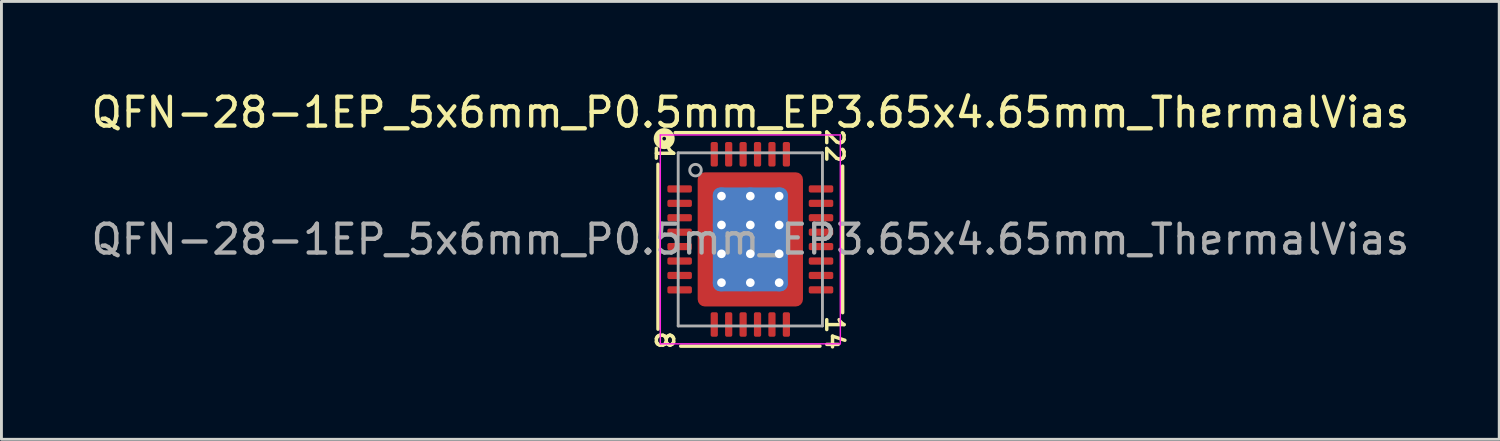
<source format=kicad_pcb>
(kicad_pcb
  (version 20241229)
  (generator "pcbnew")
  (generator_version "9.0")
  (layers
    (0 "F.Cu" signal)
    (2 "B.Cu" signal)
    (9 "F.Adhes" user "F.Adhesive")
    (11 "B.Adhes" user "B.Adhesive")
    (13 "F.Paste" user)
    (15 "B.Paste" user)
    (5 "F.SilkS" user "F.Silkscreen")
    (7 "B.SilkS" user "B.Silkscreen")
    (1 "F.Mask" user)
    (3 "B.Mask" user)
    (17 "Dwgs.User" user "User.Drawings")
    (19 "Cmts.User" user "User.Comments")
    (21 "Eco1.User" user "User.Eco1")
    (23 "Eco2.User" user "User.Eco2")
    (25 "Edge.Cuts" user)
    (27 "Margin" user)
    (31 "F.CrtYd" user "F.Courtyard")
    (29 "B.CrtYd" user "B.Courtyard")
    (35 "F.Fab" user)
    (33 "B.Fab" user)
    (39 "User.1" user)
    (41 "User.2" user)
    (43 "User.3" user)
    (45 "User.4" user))
  (footprint "QFN-28-1EP_5x6mm_P0.5mm_EP3.65x4.65mm_ThermalVias"
    (layer "F.Cu")
    (at 22.958 5.248)
    (property "Reference" "QFN-28-1EP_5x6mm_P0.5mm_EP3.65x4.65mm_ThermalVias" (at 0 -4.4 0) (layer "F.SilkS") (effects (font (size 1 1) (thickness 0.15))))
    (attr smd)
    (fp_line (start -3.2 -2.603) (end -3.2 3.111) (stroke (width 0.12) (type solid)) (layer "F.SilkS"))
    (fp_line (start -2.413 3.7) (end 2.413 3.7) (stroke (width 0.12) (type solid)) (layer "F.SilkS"))
    (fp_line (start 2.413 -3.7) (end -2.603 -3.7) (stroke (width 0.12) (type solid)) (layer "F.SilkS"))
    (fp_line (start 3.2 2.54) (end 3.2 -2.54) (stroke (width 0.12) (type solid)) (layer "F.SilkS"))
    (fp_circle (center -2.985 -3.493) (end -2.921 -3.493) (stroke (width 0.3) (type solid)) (fill no) (layer "F.SilkS"))
    (fp_line (start -3.12 -3.62) (end -3.12 3.62) (stroke (width 0.05) (type solid)) (layer "F.CrtYd"))
    (fp_line (start -3.12 3.62) (end 3.12 3.62) (stroke (width 0.05) (type solid)) (layer "F.CrtYd"))
    (fp_line (start 3.12 -3.62) (end -3.12 -3.62) (stroke (width 0.05) (type solid)) (layer "F.CrtYd"))
    (fp_line (start 3.12 3.62) (end 3.12 -3.62) (stroke (width 0.05) (type solid)) (layer "F.CrtYd"))
    (fp_line (start -2.5 -3) (end 2.5 -3) (stroke (width 0.1) (type solid)) (layer "F.Fab"))
    (fp_line (start -2.5 3) (end -2.5 -3) (stroke (width 0.1) (type solid)) (layer "F.Fab"))
    (fp_line (start 2.5 -3) (end 2.5 3) (stroke (width 0.1) (type solid)) (layer "F.Fab"))
    (fp_line (start 2.5 3) (end -2.5 3) (stroke (width 0.1) (type solid)) (layer "F.Fab"))
    (fp_circle (center -1.9 -2.4) (end -1.7 -2.4) (stroke (width 0.1) (type solid)) (fill no) (layer "F.Fab"))
    (fp_text user "22" (at 2.921 -3.239 270) (unlocked yes) (layer "F.SilkS") (effects (font (size 0.6 0.6) (thickness 0.12))))
    (fp_text user "1" (at -2.985 -2.985 270) (unlocked yes) (layer "F.SilkS") (effects (font (size 0.6 0.6) (thickness 0.12))))
    (fp_text user "8" (at -2.985 3.493 270) (unlocked yes) (layer "F.SilkS") (effects (font (size 0.6 0.6) (thickness 0.12))))
    (fp_text user "14" (at 2.921 3.239 270) (unlocked yes) (layer "F.SilkS") (effects (font (size 0.6 0.6) (thickness 0.12))))
    (fp_text user "${REFERENCE}" (at 0 0 0) (layer "F.Fab") (effects (font (size 1 1) (thickness 0.15))))
    (pad "" smd custom (at -1.413 -1.913) (size 0.578 0.578) (layers "F.Paste") (options (anchor circle)) (primitives (gr_poly (pts (xy 0.246 0.174) (xy 0.174 0.246) (xy -0.246 0.246) (xy -0.246 -0.246) (xy 0.246 -0.246)) (width 0.174) (fill yes))))
    (pad "" smd custom (at -1.413 -1) (size 0.59 0.59) (layers "F.Paste") (options (anchor circle)) (primitives (gr_poly (pts (xy 0.258 -0.266) (xy 0.258 0.266) (xy 0.195 0.328) (xy -0.258 0.328) (xy -0.258 -0.328) (xy 0.195 -0.328)) (width 0.15) (fill yes))))
    (pad "" smd custom (at -1.413 0) (size 0.59 0.59) (layers "F.Paste") (options (anchor circle)) (primitives (gr_poly (pts (xy 0.258 -0.266) (xy 0.258 0.266) (xy 0.195 0.328) (xy -0.258 0.328) (xy -0.258 -0.328) (xy 0.195 -0.328)) (width 0.15) (fill yes))))
    (pad "" smd custom (at -1.413 1) (size 0.59 0.59) (layers "F.Paste") (options (anchor circle)) (primitives (gr_poly (pts (xy 0.258 -0.266) (xy 0.258 0.266) (xy 0.195 0.328) (xy -0.258 0.328) (xy -0.258 -0.328) (xy 0.195 -0.328)) (width 0.15) (fill yes))))
    (pad "" smd custom (at -1.413 1.913) (size 0.578 0.578) (layers "F.Paste") (options (anchor circle)) (primitives (gr_poly (pts (xy 0.246 -0.174) (xy 0.246 0.246) (xy -0.246 0.246) (xy -0.246 -0.246) (xy 0.174 -0.246)) (width 0.174) (fill yes))))
    (pad "" smd custom (at -0.5 -1.913) (size 0.59 0.59) (layers "F.Paste") (options (anchor circle)) (primitives (gr_poly (pts (xy 0.328 0.195) (xy 0.266 0.258) (xy -0.266 0.258) (xy -0.328 0.195) (xy -0.328 -0.258) (xy 0.328 -0.258)) (width 0.15) (fill yes))))
    (pad "" smd roundrect (at -0.5 -1) (size 0.806 0.806) (layers "F.Paste") (roundrect_rratio 0.25))
    (pad "" smd roundrect (at -0.5 0) (size 0.806 0.806) (layers "F.Paste") (roundrect_rratio 0.25))
    (pad "" smd roundrect (at -0.5 1) (size 0.806 0.806) (layers "F.Paste") (roundrect_rratio 0.25))
    (pad "" smd custom (at -0.5 1.913) (size 0.59 0.59) (layers "F.Paste") (options (anchor circle)) (primitives (gr_poly (pts (xy 0.328 -0.195) (xy 0.328 0.258) (xy -0.328 0.258) (xy -0.328 -0.195) (xy -0.266 -0.258) (xy 0.266 -0.258)) (width 0.15) (fill yes))))
    (pad "" smd custom (at 0.5 -1.913) (size 0.59 0.59) (layers "F.Paste") (options (anchor circle)) (primitives (gr_poly (pts (xy 0.328 0.195) (xy 0.266 0.258) (xy -0.266 0.258) (xy -0.328 0.195) (xy -0.328 -0.258) (xy 0.328 -0.258)) (width 0.15) (fill yes))))
    (pad "" smd roundrect (at 0.5 -1) (size 0.806 0.806) (layers "F.Paste") (roundrect_rratio 0.25))
    (pad "" smd roundrect (at 0.5 0) (size 0.806 0.806) (layers "F.Paste") (roundrect_rratio 0.25))
    (pad "" smd roundrect (at 0.5 1) (size 0.806 0.806) (layers "F.Paste") (roundrect_rratio 0.25))
    (pad "" smd custom (at 0.5 1.913) (size 0.59 0.59) (layers "F.Paste") (options (anchor circle)) (primitives (gr_poly (pts (xy 0.328 -0.195) (xy 0.328 0.258) (xy -0.328 0.258) (xy -0.328 -0.195) (xy -0.266 -0.258) (xy 0.266 -0.258)) (width 0.15) (fill yes))))
    (pad "" smd custom (at 1.413 -1.913) (size 0.578 0.578) (layers "F.Paste") (options (anchor circle)) (primitives (gr_poly (pts (xy 0.246 0.246) (xy -0.174 0.246) (xy -0.246 0.174) (xy -0.246 -0.246) (xy 0.246 -0.246)) (width 0.174) (fill yes))))
    (pad "" smd custom (at 1.413 -1) (size 0.59 0.59) (layers "F.Paste") (options (anchor circle)) (primitives (gr_poly (pts (xy 0.258 0.328) (xy -0.195 0.328) (xy -0.258 0.266) (xy -0.258 -0.266) (xy -0.195 -0.328) (xy 0.258 -0.328)) (width 0.15) (fill yes))))
    (pad "" smd custom (at 1.413 0) (size 0.59 0.59) (layers "F.Paste") (options (anchor circle)) (primitives (gr_poly (pts (xy 0.258 0.328) (xy -0.195 0.328) (xy -0.258 0.266) (xy -0.258 -0.266) (xy -0.195 -0.328) (xy 0.258 -0.328)) (width 0.15) (fill yes))))
    (pad "" smd custom (at 1.413 1) (size 0.59 0.59) (layers "F.Paste") (options (anchor circle)) (primitives (gr_poly (pts (xy 0.258 0.328) (xy -0.195 0.328) (xy -0.258 0.266) (xy -0.258 -0.266) (xy -0.195 -0.328) (xy 0.258 -0.328)) (width 0.15) (fill yes))))
    (pad "" smd custom (at 1.413 1.913) (size 0.578 0.578) (layers "F.Paste") (options (anchor circle)) (primitives (gr_poly (pts (xy 0.246 0.246) (xy -0.246 0.246) (xy -0.246 -0.174) (xy -0.174 -0.246) (xy 0.246 -0.246)) (width 0.174) (fill yes))))
    (pad "1" smd roundrect (at -2.45 -1.75) (size 0.85 0.25) (layers "F.Cu" "F.Mask" "F.Paste") (roundrect_rratio 0.25))
    (pad "2" smd roundrect (at -2.45 -1.25) (size 0.85 0.25) (layers "F.Cu" "F.Mask" "F.Paste") (roundrect_rratio 0.25))
    (pad "3" smd roundrect (at -2.45 -0.75) (size 0.85 0.25) (layers "F.Cu" "F.Mask" "F.Paste") (roundrect_rratio 0.25))
    (pad "4" smd roundrect (at -2.45 -0.25) (size 0.85 0.25) (layers "F.Cu" "F.Mask" "F.Paste") (roundrect_rratio 0.25))
    (pad "5" smd roundrect (at -2.45 0.25) (size 0.85 0.25) (layers "F.Cu" "F.Mask" "F.Paste") (roundrect_rratio 0.25))
    (pad "6" smd roundrect (at -2.45 0.75) (size 0.85 0.25) (layers "F.Cu" "F.Mask" "F.Paste") (roundrect_rratio 0.25))
    (pad "7" smd roundrect (at -2.45 1.25) (size 0.85 0.25) (layers "F.Cu" "F.Mask" "F.Paste") (roundrect_rratio 0.25))
    (pad "8" smd roundrect (at -2.45 1.75) (size 0.85 0.25) (layers "F.Cu" "F.Mask" "F.Paste") (roundrect_rratio 0.25))
    (pad "9" smd roundrect (at -1.25 2.95) (size 0.25 0.85) (layers "F.Cu" "F.Mask" "F.Paste") (roundrect_rratio 0.25))
    (pad "10" smd roundrect (at -0.75 2.95) (size 0.25 0.85) (layers "F.Cu" "F.Mask" "F.Paste") (roundrect_rratio 0.25))
    (pad "11" smd roundrect (at -0.25 2.95) (size 0.25 0.85) (layers "F.Cu" "F.Mask" "F.Paste") (roundrect_rratio 0.25))
    (pad "12" smd roundrect (at 0.25 2.95) (size 0.25 0.85) (layers "F.Cu" "F.Mask" "F.Paste") (roundrect_rratio 0.25))
    (pad "13" smd roundrect (at 0.75 2.95) (size 0.25 0.85) (layers "F.Cu" "F.Mask" "F.Paste") (roundrect_rratio 0.25))
    (pad "14" smd roundrect (at 1.25 2.95) (size 0.25 0.85) (layers "F.Cu" "F.Mask" "F.Paste") (roundrect_rratio 0.25))
    (pad "15" smd roundrect (at 2.45 1.75) (size 0.85 0.25) (layers "F.Cu" "F.Mask" "F.Paste") (roundrect_rratio 0.25))
    (pad "16" smd roundrect (at 2.45 1.25) (size 0.85 0.25) (layers "F.Cu" "F.Mask" "F.Paste") (roundrect_rratio 0.25))
    (pad "17" smd roundrect (at 2.45 0.75) (size 0.85 0.25) (layers "F.Cu" "F.Mask" "F.Paste") (roundrect_rratio 0.25))
    (pad "18" smd roundrect (at 2.45 0.25) (size 0.85 0.25) (layers "F.Cu" "F.Mask" "F.Paste") (roundrect_rratio 0.25))
    (pad "19" smd roundrect (at 2.45 -0.25) (size 0.85 0.25) (layers "F.Cu" "F.Mask" "F.Paste") (roundrect_rratio 0.25))
    (pad "20" smd roundrect (at 2.45 -0.75) (size 0.85 0.25) (layers "F.Cu" "F.Mask" "F.Paste") (roundrect_rratio 0.25))
    (pad "21" smd roundrect (at 2.45 -1.25) (size 0.85 0.25) (layers "F.Cu" "F.Mask" "F.Paste") (roundrect_rratio 0.25))
    (pad "22" smd roundrect (at 2.45 -1.75) (size 0.85 0.25) (layers "F.Cu" "F.Mask" "F.Paste") (roundrect_rratio 0.25))
    (pad "23" smd roundrect (at 1.25 -2.95) (size 0.25 0.85) (layers "F.Cu" "F.Mask" "F.Paste") (roundrect_rratio 0.25))
    (pad "24" smd roundrect (at 0.75 -2.95) (size 0.25 0.85) (layers "F.Cu" "F.Mask" "F.Paste") (roundrect_rratio 0.25))
    (pad "25" smd roundrect (at 0.25 -2.95) (size 0.25 0.85) (layers "F.Cu" "F.Mask" "F.Paste") (roundrect_rratio 0.25))
    (pad "26" smd roundrect (at -0.25 -2.95) (size 0.25 0.85) (layers "F.Cu" "F.Mask" "F.Paste") (roundrect_rratio 0.25))
    (pad "27" smd roundrect (at -0.75 -2.95) (size 0.25 0.85) (layers "F.Cu" "F.Mask" "F.Paste") (roundrect_rratio 0.25))
    (pad "28" smd roundrect (at -1.25 -2.95) (size 0.25 0.85) (layers "F.Cu" "F.Mask" "F.Paste") (roundrect_rratio 0.25))
    (pad "29" thru_hole circle (at -1 -1.5) (size 0.6 0.6) (drill 0.3) (property pad_prop_heatsink) (layers "*.Cu"))
    (pad "29" thru_hole circle (at -1 -0.5) (size 0.6 0.6) (drill 0.3) (property pad_prop_heatsink) (layers "*.Cu"))
    (pad "29" thru_hole circle (at -1 0.5) (size 0.6 0.6) (drill 0.3) (property pad_prop_heatsink) (layers "*.Cu"))
    (pad "29" thru_hole circle (at -1 1.5) (size 0.6 0.6) (drill 0.3) (property pad_prop_heatsink) (layers "*.Cu"))
    (pad "29" thru_hole circle (at 0 -1.5) (size 0.6 0.6) (drill 0.3) (property pad_prop_heatsink) (layers "*.Cu"))
    (pad "29" thru_hole circle (at 0 -0.5) (size 0.6 0.6) (drill 0.3) (property pad_prop_heatsink) (layers "*.Cu"))
    (pad "29" smd roundrect (at 0 0) (size 2.6 3.6) (layers "B.Cu" "B.Mask") (roundrect_rratio 0.096))
    (pad "29" smd roundrect (at 0 0) (size 3.65 4.65) (layers "F.Cu" "F.Mask") (roundrect_rratio 0.068))
    (pad "29" thru_hole circle (at 0 0.5) (size 0.6 0.6) (drill 0.3) (property pad_prop_heatsink) (layers "*.Cu"))
    (pad "29" thru_hole circle (at 0 1.5) (size 0.6 0.6) (drill 0.3) (property pad_prop_heatsink) (layers "*.Cu"))
    (pad "29" thru_hole circle (at 1 -1.5) (size 0.6 0.6) (drill 0.3) (property pad_prop_heatsink) (layers "*.Cu"))
    (pad "29" thru_hole circle (at 1 -0.5) (size 0.6 0.6) (drill 0.3) (property pad_prop_heatsink) (layers "*.Cu"))
    (pad "29" thru_hole circle (at 1 0.5) (size 0.6 0.6) (drill 0.3) (property pad_prop_heatsink) (layers "*.Cu"))
    (pad "29" thru_hole circle (at 1 1.5) (size 0.6 0.6) (drill 0.3) (property pad_prop_heatsink) (layers "*.Cu")))
  (gr_rect
    (start -3 -3)
    (end 48.917 12.178)
    (stroke (width 0.1) (type default))
    (fill no)
    (layer "Edge.Cuts")))
</source>
